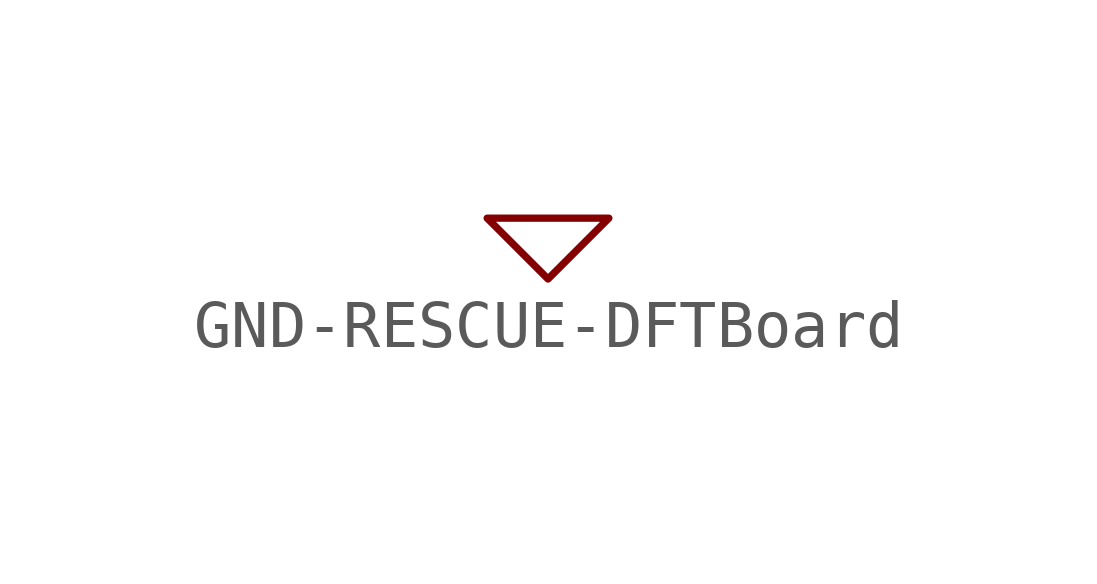
<source format=kicad_sym>
(kicad_symbol_lib
  (version 20220914)
  (generator kicad_symbol_editor)
  (symbol "GND-RESCUE-DFTBoard"
    (power)
    (pin_names
      (offset 0))
    (property "Reference" "#PWR"
      (at 0 0 0)
      (effects (font (size 0.762 0.762)) hide))
    (symbol "GND-RESCUE-DFTBoard_0_1"
      (polyline (pts (xy -1.27 0) (xy 0 -1.27) (xy 1.27 0) (xy -1.27 0)) (stroke (width 0) (type solid)) (fill (type none))))
    (symbol "GND-RESCUE-DFTBoard_1_1"
      (pin power_in line (at 0 0 90) (length 0) hide (name "GND" (effects (font (size 0.762 0.762)))) (number "1" (effects (font (size 0.762 0.762))))))))
</source>
